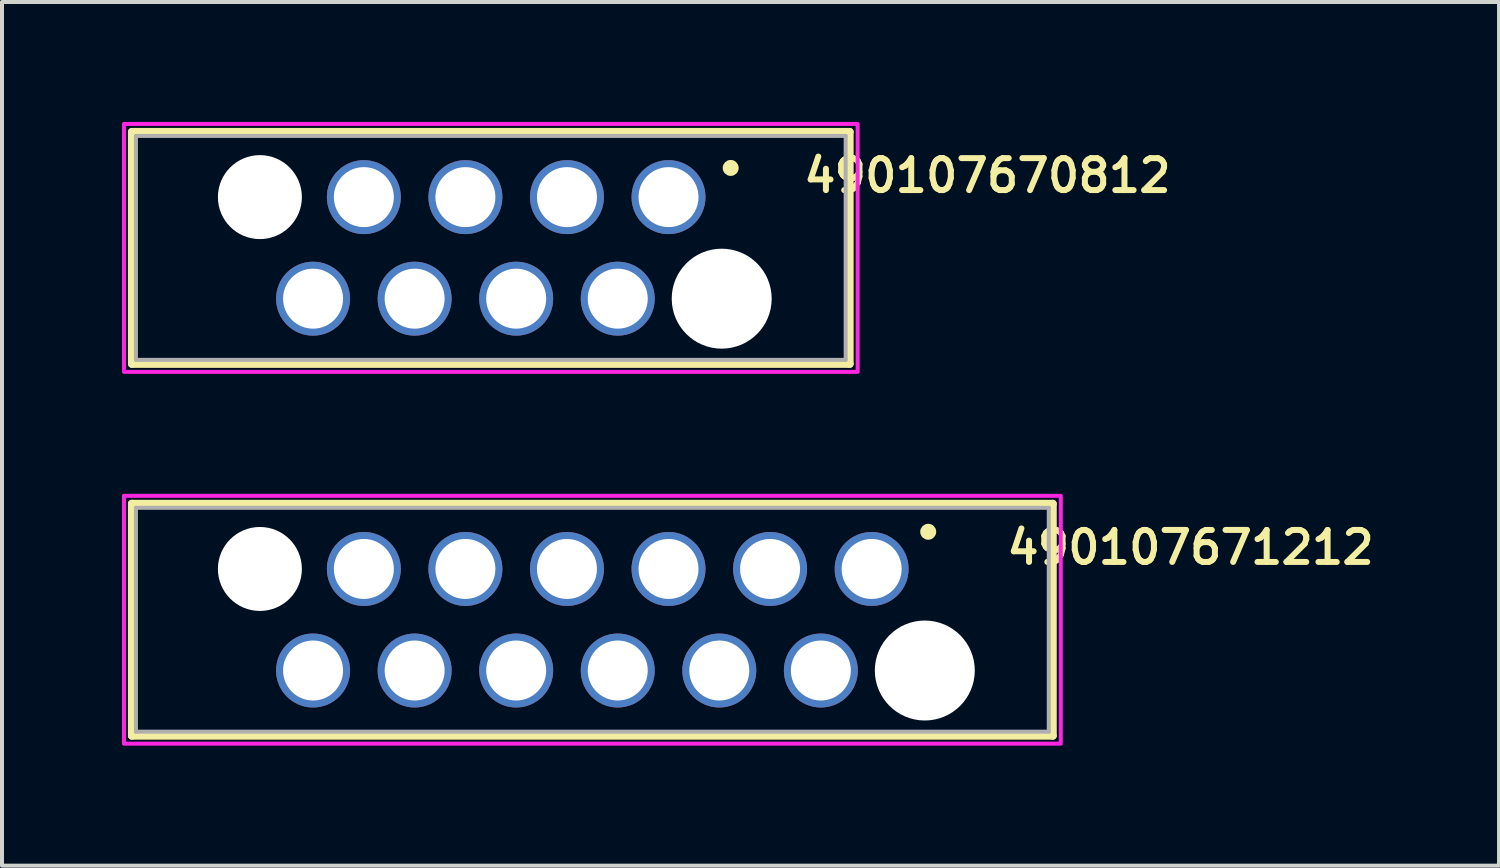
<source format=kicad_pcb>
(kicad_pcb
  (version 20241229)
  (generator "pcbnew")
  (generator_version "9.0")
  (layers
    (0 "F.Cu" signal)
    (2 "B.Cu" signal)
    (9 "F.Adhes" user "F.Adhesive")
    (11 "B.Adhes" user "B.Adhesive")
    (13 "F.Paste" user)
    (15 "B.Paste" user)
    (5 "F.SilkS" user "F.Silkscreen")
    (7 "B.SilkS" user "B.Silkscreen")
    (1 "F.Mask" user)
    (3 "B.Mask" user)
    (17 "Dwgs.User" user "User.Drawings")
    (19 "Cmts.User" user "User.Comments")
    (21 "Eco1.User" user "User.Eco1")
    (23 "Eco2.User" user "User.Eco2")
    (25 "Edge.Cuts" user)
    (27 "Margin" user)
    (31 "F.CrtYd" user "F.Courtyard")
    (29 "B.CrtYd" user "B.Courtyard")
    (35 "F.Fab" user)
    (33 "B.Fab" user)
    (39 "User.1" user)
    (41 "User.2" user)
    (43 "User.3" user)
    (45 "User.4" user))
  (footprint "490107670812"
    (layer "F.Cu")
    (at 9.225 3.15)
    (property "Reference" "490107670812" (at 12.42 -1.808 0) (layer "F.SilkS") (effects (font (size 0.8 0.8) (thickness 0.15))))
    (attr through_hole)
    (fp_line (start -8.975 -2.9) (end 8.975 -2.9) (stroke (width 0.2) (type solid)) (layer "F.SilkS"))
    (fp_line (start -8.975 2.9) (end -8.975 -2.9) (stroke (width 0.2) (type solid)) (layer "F.SilkS"))
    (fp_line (start 8.975 -2.9) (end 8.975 2.9) (stroke (width 0.2) (type solid)) (layer "F.SilkS"))
    (fp_line (start 8.975 2.9) (end -8.975 2.9) (stroke (width 0.2) (type solid)) (layer "F.SilkS"))
    (fp_circle (center 6 -2) (end 6.1 -2) (stroke (width 0.2) (type solid)) (fill no) (layer "F.SilkS"))
    (fp_poly (pts (xy -9.175 -3.1) (xy 9.175 -3.1) (xy 9.175 3.1) (xy -9.175 3.1)) (stroke (width 0.1) (type solid)) (fill no) (layer "F.CrtYd"))
    (fp_line (start -8.875 -2.8) (end 8.875 -2.8) (stroke (width 0.1) (type solid)) (layer "F.Fab"))
    (fp_line (start -8.875 2.8) (end -8.875 -2.8) (stroke (width 0.1) (type solid)) (layer "F.Fab"))
    (fp_line (start 8.875 -2.8) (end 8.875 2.8) (stroke (width 0.1) (type solid)) (layer "F.Fab"))
    (fp_line (start 8.875 2.8) (end -8.875 2.8) (stroke (width 0.1) (type solid)) (layer "F.Fab"))
    (pad "" np_thru_hole circle (at -5.775 -1.27) (size 2.1 2.1) (drill 2.1) (layers "*.Cu" "*.Mask"))
    (pad "" np_thru_hole circle (at 5.775 1.27) (size 2.5 2.5) (drill 2.5) (layers "*.Cu" "*.Mask"))
    (pad "1" thru_hole circle (at 4.445 -1.27) (size 1.85 1.85) (drill 1.5) (layers "*.Cu" "*.Mask"))
    (pad "2" thru_hole circle (at 3.175 1.27) (size 1.85 1.85) (drill 1.5) (layers "*.Cu" "*.Mask"))
    (pad "3" thru_hole circle (at 1.905 -1.27) (size 1.85 1.85) (drill 1.5) (layers "*.Cu" "*.Mask"))
    (pad "4" thru_hole circle (at 0.635 1.27) (size 1.85 1.85) (drill 1.5) (layers "*.Cu" "*.Mask"))
    (pad "5" thru_hole circle (at -0.635 -1.27) (size 1.85 1.85) (drill 1.5) (layers "*.Cu" "*.Mask"))
    (pad "6" thru_hole circle (at -1.905 1.27) (size 1.85 1.85) (drill 1.5) (layers "*.Cu" "*.Mask"))
    (pad "7" thru_hole circle (at -3.175 -1.27) (size 1.85 1.85) (drill 1.5) (layers "*.Cu" "*.Mask"))
    (pad "8" thru_hole circle (at -4.445 1.27) (size 1.85 1.85) (drill 1.5) (layers "*.Cu" "*.Mask")))
  (footprint "490107671212"
    (layer "F.Cu")
    (at 11.765 12.45)
    (property "Reference" "490107671212" (at 14.96 -1.808 0) (layer "F.SilkS") (effects (font (size 0.8 0.8) (thickness 0.15))))
    (attr through_hole)
    (fp_line (start -11.515 -2.9) (end 11.515 -2.9) (stroke (width 0.2) (type solid)) (layer "F.SilkS"))
    (fp_line (start -11.515 2.9) (end -11.515 -2.9) (stroke (width 0.2) (type solid)) (layer "F.SilkS"))
    (fp_line (start 11.515 -2.9) (end 11.515 2.9) (stroke (width 0.2) (type solid)) (layer "F.SilkS"))
    (fp_line (start 11.515 2.9) (end -11.515 2.9) (stroke (width 0.2) (type solid)) (layer "F.SilkS"))
    (fp_circle (center 8.4 -2.2) (end 8.5 -2.2) (stroke (width 0.2) (type solid)) (fill no) (layer "F.SilkS"))
    (fp_poly (pts (xy -11.715 -3.1) (xy 11.715 -3.1) (xy 11.715 3.1) (xy -11.715 3.1)) (stroke (width 0.1) (type solid)) (fill no) (layer "F.CrtYd"))
    (fp_line (start -11.415 -2.8) (end 11.415 -2.8) (stroke (width 0.1) (type solid)) (layer "F.Fab"))
    (fp_line (start -11.415 2.8) (end -11.415 -2.8) (stroke (width 0.1) (type solid)) (layer "F.Fab"))
    (fp_line (start 11.415 -2.8) (end 11.415 2.8) (stroke (width 0.1) (type solid)) (layer "F.Fab"))
    (fp_line (start 11.415 2.8) (end -11.415 2.8) (stroke (width 0.1) (type solid)) (layer "F.Fab"))
    (pad "" np_thru_hole circle (at -8.315 -1.27) (size 2.1 2.1) (drill 2.1) (layers "*.Cu" "*.Mask"))
    (pad "" np_thru_hole circle (at 8.315 1.27) (size 2.5 2.5) (drill 2.5) (layers "*.Cu" "*.Mask"))
    (pad "1" thru_hole circle (at 6.985 -1.27) (size 1.85 1.85) (drill 1.5) (layers "*.Cu" "*.Mask"))
    (pad "2" thru_hole circle (at 5.715 1.27) (size 1.85 1.85) (drill 1.5) (layers "*.Cu" "*.Mask"))
    (pad "3" thru_hole circle (at 4.445 -1.27) (size 1.85 1.85) (drill 1.5) (layers "*.Cu" "*.Mask"))
    (pad "4" thru_hole circle (at 3.175 1.27) (size 1.85 1.85) (drill 1.5) (layers "*.Cu" "*.Mask"))
    (pad "5" thru_hole circle (at 1.905 -1.27) (size 1.85 1.85) (drill 1.5) (layers "*.Cu" "*.Mask"))
    (pad "6" thru_hole circle (at 0.635 1.27) (size 1.85 1.85) (drill 1.5) (layers "*.Cu" "*.Mask"))
    (pad "7" thru_hole circle (at -0.635 -1.27) (size 1.85 1.85) (drill 1.5) (layers "*.Cu" "*.Mask"))
    (pad "8" thru_hole circle (at -1.905 1.27) (size 1.85 1.85) (drill 1.5) (layers "*.Cu" "*.Mask"))
    (pad "9" thru_hole circle (at -3.175 -1.27) (size 1.85 1.85) (drill 1.5) (layers "*.Cu" "*.Mask"))
    (pad "10" thru_hole circle (at -4.445 1.27) (size 1.85 1.85) (drill 1.5) (layers "*.Cu" "*.Mask"))
    (pad "11" thru_hole circle (at -5.715 -1.27) (size 1.85 1.85) (drill 1.5) (layers "*.Cu" "*.Mask"))
    (pad "12" thru_hole circle (at -6.985 1.27) (size 1.85 1.85) (drill 1.5) (layers "*.Cu" "*.Mask")))
  (gr_rect
    (start -3 -3)
    (end 34.441 18.6)
    (stroke (width 0.1) (type default))
    (fill no)
    (layer "Edge.Cuts")))
</source>
